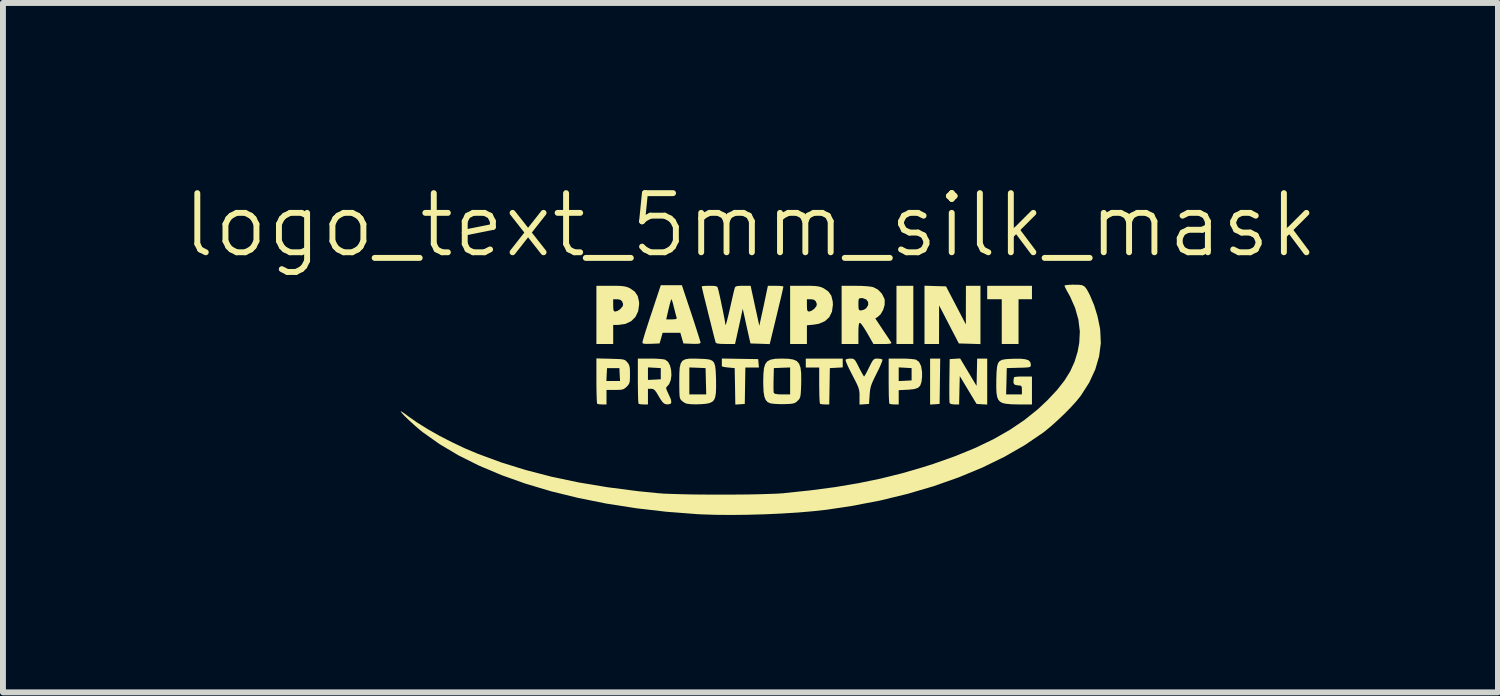
<source format=kicad_pcb>
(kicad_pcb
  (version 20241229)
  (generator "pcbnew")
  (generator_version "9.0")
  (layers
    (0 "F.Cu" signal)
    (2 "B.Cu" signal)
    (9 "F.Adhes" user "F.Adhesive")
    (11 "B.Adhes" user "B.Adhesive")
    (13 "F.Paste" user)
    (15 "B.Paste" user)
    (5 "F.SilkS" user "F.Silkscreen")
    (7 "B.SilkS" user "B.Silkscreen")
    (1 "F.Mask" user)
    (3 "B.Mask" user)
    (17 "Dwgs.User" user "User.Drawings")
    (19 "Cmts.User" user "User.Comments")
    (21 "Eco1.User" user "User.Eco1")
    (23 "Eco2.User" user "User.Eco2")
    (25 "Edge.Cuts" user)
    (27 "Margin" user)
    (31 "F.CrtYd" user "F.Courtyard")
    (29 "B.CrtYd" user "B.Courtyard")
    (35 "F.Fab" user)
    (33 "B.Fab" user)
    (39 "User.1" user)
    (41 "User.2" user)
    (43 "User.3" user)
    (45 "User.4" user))
  (footprint "logo_text_5mm_silk_mask"
    (layer "F.Cu")
    (at 9.645 2.76)
    (property "Reference" "logo_text_5mm_silk_mask" (at 0 -2 0) (unlocked yes) (layer "F.SilkS") (effects (font (size 1 1) (thickness 0.1))))
    (attr smd)
    (fp_poly (pts (xy -5.161 -0.437) (xy -5.139 -0.395) (xy -5.117 -0.339) (xy -5.087 -0.268) (xy -5.055 -0.203) (xy -5.032 -0.168) (xy -4.989 -0.114) (xy -5.052 -0.089) (xy -5.101 -0.064) (xy -5.136 -0.037) (xy -5.138 -0.035) (xy -5.156 -0.019) (xy -5.175 -0.031) (xy -5.192 -0.056) (xy -5.216 -0.11) (xy -5.23 -0.181) (xy -5.234 -0.259) (xy -5.229 -0.334) (xy -5.217 -0.398) (xy -5.195 -0.44) (xy -5.175 -0.452)) (stroke (width 0) (type solid)) (fill yes) (layer "F.Mask"))
    (fp_poly (pts (xy -3.642 -1.056) (xy -3.589 -1.029) (xy -3.563 -1.011) (xy -3.519 -0.969) (xy -3.473 -0.916) (xy -3.433 -0.86) (xy -3.407 -0.814) (xy -3.401 -0.793) (xy -3.416 -0.769) (xy -3.426 -0.767) (xy -3.457 -0.759) (xy -3.505 -0.739) (xy -3.52 -0.731) (xy -3.59 -0.696) (xy -3.602 -0.765) (xy -3.618 -0.819) (xy -3.645 -0.889) (xy -3.67 -0.944) (xy -3.697 -1.002) (xy -3.714 -1.046) (xy -3.716 -1.065) (xy -3.688 -1.069)) (stroke (width 0) (type solid)) (fill yes) (layer "F.Mask"))
    (fp_poly (pts (xy -4.965 -1.376) (xy -4.944 -1.334) (xy -4.937 -1.312) (xy -4.912 -1.244) (xy -4.879 -1.17) (xy -4.867 -1.146) (xy -4.84 -1.096) (xy -4.831 -1.067) (xy -4.839 -1.049) (xy -4.853 -1.038) (xy -4.888 -1.018) (xy -4.905 -1.013) (xy -4.932 -1.002) (xy -4.956 -0.983) (xy -4.983 -0.965) (xy -5 -0.976) (xy -5.012 -0.995) (xy -5.032 -1.052) (xy -5.042 -1.124) (xy -5.045 -1.201) (xy -5.039 -1.276) (xy -5.026 -1.338) (xy -5.006 -1.38) (xy -4.984 -1.392)) (stroke (width 0) (type solid)) (fill yes) (layer "F.Mask"))
    (fp_poly (pts (xy -4.449 -1.572) (xy -4.379 -1.537) (xy -4.324 -1.491) (xy -4.272 -1.425) (xy -4.251 -1.393) (xy -4.215 -1.334) (xy -4.2 -1.299) (xy -4.205 -1.283) (xy -4.23 -1.278) (xy -4.23 -1.278) (xy -4.27 -1.27) (xy -4.317 -1.25) (xy -4.357 -1.229) (xy -4.376 -1.223) (xy -4.387 -1.229) (xy -4.393 -1.234) (xy -4.403 -1.262) (xy -4.405 -1.289) (xy -4.414 -1.328) (xy -4.436 -1.386) (xy -4.462 -1.44) (xy -4.5 -1.515) (xy -4.517 -1.563) (xy -4.514 -1.585) (xy -4.489 -1.586)) (stroke (width 0) (type solid)) (fill yes) (layer "F.Mask"))
    (fp_poly (pts (xy -3.365 -0.677) (xy -3.301 -0.645) (xy -3.237 -0.604) (xy -3.141 -0.523) (xy -3.064 -0.426) (xy -3.006 -0.319) (xy -2.968 -0.208) (xy -2.951 -0.097) (xy -2.956 0.007) (xy -2.984 0.099) (xy -3.037 0.174) (xy -3.096 0.217) (xy -3.162 0.245) (xy -3.217 0.252) (xy -3.281 0.24) (xy -3.294 0.236) (xy -3.377 0.192) (xy -3.442 0.115) (xy -3.453 0.096) (xy -3.478 0.04) (xy -3.508 -0.04) (xy -3.54 -0.131) (xy -3.57 -0.221) (xy -3.592 -0.297) (xy -3.6 -0.333) (xy -3.601 -0.432) (xy -3.571 -0.532) (xy -3.515 -0.618) (xy -3.504 -0.631) (xy -3.458 -0.669) (xy -3.415 -0.684)) (stroke (width 0) (type solid)) (fill yes) (layer "F.Mask"))
    (fp_poly (pts (xy -4.086 -1.147) (xy -3.999 -1.097) (xy -3.912 -1.024) (xy -3.83 -0.932) (xy -3.757 -0.823) (xy -3.696 -0.702) (xy -3.659 -0.598) (xy -3.634 -0.464) (xy -3.639 -0.343) (xy -3.673 -0.239) (xy -3.736 -0.155) (xy -3.825 -0.095) (xy -3.832 -0.092) (xy -3.891 -0.071) (xy -3.935 -0.07) (xy -3.979 -0.088) (xy -3.979 -0.088) (xy -4.059 -0.149) (xy -4.136 -0.236) (xy -4.2 -0.339) (xy -4.2 -0.339) (xy -4.244 -0.439) (xy -4.281 -0.551) (xy -4.311 -0.67) (xy -4.333 -0.788) (xy -4.346 -0.9) (xy -4.35 -0.997) (xy -4.342 -1.074) (xy -4.322 -1.124) (xy -4.315 -1.131) (xy -4.248 -1.167) (xy -4.171 -1.171)) (stroke (width 0) (type solid)) (fill yes) (layer "F.Mask"))
    (fp_poly (pts (xy -4.736 -0.925) (xy -4.672 -0.879) (xy -4.597 -0.802) (xy -4.539 -0.733) (xy -4.483 -0.655) (xy -4.424 -0.561) (xy -4.374 -0.47) (xy -4.368 -0.458) (xy -4.302 -0.303) (xy -4.265 -0.173) (xy -4.256 -0.064) (xy -4.276 0.022) (xy -4.324 0.089) (xy -4.4 0.135) (xy -4.487 0.158) (xy -4.572 0.15) (xy -4.646 0.121) (xy -4.733 0.064) (xy -4.81 -0.018) (xy -4.881 -0.132) (xy -4.913 -0.195) (xy -4.946 -0.268) (xy -4.967 -0.331) (xy -4.979 -0.396) (xy -4.986 -0.48) (xy -4.988 -0.52) (xy -4.99 -0.64) (xy -4.982 -0.731) (xy -4.962 -0.801) (xy -4.928 -0.857) (xy -4.898 -0.889) (xy -4.846 -0.928) (xy -4.793 -0.941)) (stroke (width 0) (type solid)) (fill yes) (layer "F.Mask"))
    (fp_poly (pts (xy -4.931 -0.004) (xy -4.878 0.012) (xy -4.818 0.048) (xy -4.772 0.081) (xy -4.734 0.116) (xy -4.699 0.16) (xy -4.661 0.221) (xy -4.616 0.305) (xy -4.577 0.38) (xy -4.526 0.493) (xy -4.496 0.583) (xy -4.488 0.656) (xy -4.501 0.719) (xy -4.513 0.748) (xy -4.574 0.828) (xy -4.653 0.878) (xy -4.744 0.896) (xy -4.84 0.88) (xy -4.881 0.862) (xy -4.968 0.798) (xy -5.046 0.703) (xy -5.101 0.608) (xy -5.128 0.548) (xy -5.144 0.487) (xy -5.154 0.41) (xy -5.158 0.341) (xy -5.161 0.254) (xy -5.158 0.194) (xy -5.148 0.147) (xy -5.13 0.102) (xy -5.122 0.085) (xy -5.093 0.034) (xy -5.065 0.008) (xy -5.026 -0.003) (xy -4.992 -0.006)) (stroke (width 0) (type solid)) (fill yes) (layer "F.Mask"))
    (fp_poly (pts (xy -3.891 0.135) (xy -3.784 0.178) (xy -3.765 0.187) (xy -3.694 0.219) (xy -3.599 0.253) (xy -3.494 0.287) (xy -3.411 0.311) (xy -3.266 0.353) (xy -3.153 0.397) (xy -3.064 0.447) (xy -2.994 0.505) (xy -2.96 0.544) (xy -2.911 0.632) (xy -2.894 0.726) (xy -2.909 0.819) (xy -2.953 0.903) (xy -3.026 0.968) (xy -3.048 0.981) (xy -3.115 1.005) (xy -3.211 1.025) (xy -3.293 1.035) (xy -3.459 1.057) (xy -3.598 1.093) (xy -3.72 1.147) (xy -3.836 1.224) (xy -3.937 1.31) (xy -4.015 1.374) (xy -4.098 1.425) (xy -4.175 1.458) (xy -4.226 1.468) (xy -4.265 1.459) (xy -4.321 1.438) (xy -4.348 1.425) (xy -4.421 1.381) (xy -4.469 1.332) (xy -4.496 1.269) (xy -4.508 1.183) (xy -4.509 1.12) (xy -4.509 0.964) (xy -4.39 0.757) (xy -4.336 0.658) (xy -4.284 0.552) (xy -4.239 0.453) (xy -4.214 0.388) (xy -4.164 0.269) (xy -4.112 0.186) (xy -4.051 0.137) (xy -3.979 0.12)) (stroke (width 0) (type solid)) (fill yes) (layer "F.Mask"))
    (fp_poly (pts (xy 2.755 -0.483) (xy 2.755 0.009) (xy 2.612 0.009) (xy 2.47 0.009) (xy 2.47 -0.483) (xy 2.47 -0.975) (xy 2.612 -0.975) (xy 2.755 -0.975)) (stroke (width 0) (type solid)) (fill yes) (layer "F.SilkS"))
    (fp_poly (pts (xy 3.205 0.639) (xy 3.2 1.023) (xy 3.119 1.029) (xy 3.039 1.034) (xy 3.039 0.645) (xy 3.039 0.256) (xy 3.124 0.256) (xy 3.21 0.256)) (stroke (width 0) (type solid)) (fill yes) (layer "F.SilkS"))
    (fp_poly (pts (xy 4.762 -0.862) (xy 4.762 -0.748) (xy 4.649 -0.748) (xy 4.535 -0.748) (xy 4.535 -0.369) (xy 4.535 0.009) (xy 4.393 0.009) (xy 4.251 0.009) (xy 4.251 -0.369) (xy 4.251 -0.748) (xy 4.128 -0.748) (xy 4.005 -0.748) (xy 4.005 -0.862) (xy 4.005 -0.975) (xy 4.383 -0.975) (xy 4.762 -0.975)) (stroke (width 0) (type solid)) (fill yes) (layer "F.SilkS"))
    (fp_poly (pts (xy -0.177 0.26) (xy 0.131 0.265) (xy 0.137 0.336) (xy 0.143 0.407) (xy 0.029 0.407) (xy -0.086 0.407) (xy -0.091 0.715) (xy -0.096 1.023) (xy -0.176 1.029) (xy -0.256 1.034) (xy -0.261 0.726) (xy -0.267 0.417) (xy -0.376 0.407) (xy -0.434 0.4) (xy -0.474 0.391) (xy -0.485 0.384) (xy -0.484 0.356) (xy -0.484 0.312) (xy -0.484 0.255)) (stroke (width 0) (type solid)) (fill yes) (layer "F.SilkS"))
    (fp_poly (pts (xy 3.126 -0.971) (xy 3.308 -0.966) (xy 3.476 -0.644) (xy 3.644 -0.322) (xy 3.644 -0.649) (xy 3.645 -0.975) (xy 3.768 -0.975) (xy 3.891 -0.975) (xy 3.891 -0.482) (xy 3.891 0.011) (xy 3.708 0.005) (xy 3.525 0) (xy 3.358 -0.322) (xy 3.191 -0.644) (xy 3.191 -0.317) (xy 3.19 0.009) (xy 3.067 0.009) (xy 2.944 0.009) (xy 2.944 -0.484) (xy 2.944 -0.977)) (stroke (width 0) (type solid)) (fill yes) (layer "F.SilkS"))
    (fp_poly (pts (xy 1.561 0.331) (xy 1.561 0.405) (xy 1.452 0.411) (xy 1.343 0.417) (xy 1.338 0.724) (xy 1.333 1.032) (xy 1.261 1.032) (xy 1.211 1.029) (xy 1.179 1.022) (xy 1.176 1.02) (xy 1.172 0.997) (xy 1.168 0.944) (xy 1.165 0.866) (xy 1.164 0.77) (xy 1.163 0.707) (xy 1.163 0.407) (xy 1.05 0.407) (xy 0.936 0.407) (xy 0.936 0.331) (xy 0.936 0.256) (xy 1.249 0.256) (xy 1.561 0.256)) (stroke (width 0) (type solid)) (fill yes) (layer "F.SilkS"))
    (fp_poly (pts (xy 3.686 0.486) (xy 3.825 0.718) (xy 3.83 0.487) (xy 3.835 0.256) (xy 3.92 0.256) (xy 4.005 0.256) (xy 4.005 0.645) (xy 4.005 1.034) (xy 3.915 1.029) (xy 3.825 1.023) (xy 3.683 0.788) (xy 3.541 0.552) (xy 3.535 0.792) (xy 3.53 1.032) (xy 3.454 1.032) (xy 3.401 1.027) (xy 3.371 1.012) (xy 3.369 1.008) (xy 3.366 0.982) (xy 3.365 0.925) (xy 3.364 0.842) (xy 3.364 0.741) (xy 3.365 0.627) (xy 3.365 0.624) (xy 3.37 0.265) (xy 3.459 0.259) (xy 3.547 0.254)) (stroke (width 0) (type solid)) (fill yes) (layer "F.SilkS"))
    (fp_poly (pts (xy 2.635 0.257) (xy 2.715 0.262) (xy 2.776 0.269) (xy 2.802 0.275) (xy 2.853 0.314) (xy 2.887 0.384) (xy 2.903 0.483) (xy 2.903 0.563) (xy 2.893 0.652) (xy 2.872 0.713) (xy 2.834 0.751) (xy 2.772 0.772) (xy 2.679 0.782) (xy 2.659 0.783) (xy 2.508 0.79) (xy 2.508 0.911) (xy 2.508 1.032) (xy 2.436 1.032) (xy 2.386 1.029) (xy 2.354 1.022) (xy 2.35 1.02) (xy 2.347 0.998) (xy 2.343 0.944) (xy 2.34 0.864) (xy 2.339 0.764) (xy 2.338 0.65) (xy 2.338 0.631) (xy 2.338 0.521) (xy 2.508 0.521) (xy 2.508 0.636) (xy 2.617 0.631) (xy 2.726 0.625) (xy 2.726 0.521) (xy 2.726 0.417) (xy 2.617 0.411) (xy 2.508 0.405) (xy 2.508 0.521) (xy 2.338 0.521) (xy 2.338 0.256) (xy 2.545 0.256)) (stroke (width 0) (type solid)) (fill yes) (layer "F.SilkS"))
    (fp_poly (pts (xy 1.017 -0.975) (xy 1.092 -0.972) (xy 1.147 -0.965) (xy 1.189 -0.955) (xy 1.228 -0.938) (xy 1.24 -0.933) (xy 1.318 -0.879) (xy 1.368 -0.808) (xy 1.391 -0.715) (xy 1.395 -0.654) (xy 1.379 -0.538) (xy 1.334 -0.445) (xy 1.26 -0.377) (xy 1.158 -0.333) (xy 1.068 -0.318) (xy 0.955 -0.307) (xy 0.955 -0.149) (xy 0.955 0.009) (xy 0.813 0.009) (xy 0.671 0.009) (xy 0.671 -0.483) (xy 0.671 -0.644) (xy 0.955 -0.644) (xy 0.957 -0.584) (xy 0.964 -0.553) (xy 0.98 -0.541) (xy 0.994 -0.54) (xy 1.033 -0.553) (xy 1.077 -0.584) (xy 1.079 -0.586) (xy 1.115 -0.63) (xy 1.123 -0.666) (xy 1.106 -0.711) (xy 1.106 -0.712) (xy 1.073 -0.74) (xy 1.021 -0.748) (xy 0.955 -0.748) (xy 0.955 -0.644) (xy 0.671 -0.644) (xy 0.671 -0.975) (xy 0.913 -0.975)) (stroke (width 0) (type solid)) (fill yes) (layer "F.SilkS"))
    (fp_poly (pts (xy -2.259 -0.975) (xy -2.184 -0.972) (xy -2.13 -0.965) (xy -2.088 -0.955) (xy -2.048 -0.938) (xy -2.037 -0.933) (xy -1.957 -0.877) (xy -1.907 -0.803) (xy -1.885 -0.706) (xy -1.883 -0.665) (xy -1.899 -0.546) (xy -1.945 -0.449) (xy -2.019 -0.376) (xy -2.117 -0.33) (xy -2.239 -0.313) (xy -2.249 -0.313) (xy -2.322 -0.313) (xy -2.322 -0.152) (xy -2.322 0.009) (xy -2.464 0.009) (xy -2.606 0.009) (xy -2.606 -0.483) (xy -2.606 -0.644) (xy -2.322 -0.644) (xy -2.32 -0.584) (xy -2.313 -0.553) (xy -2.297 -0.541) (xy -2.283 -0.54) (xy -2.243 -0.553) (xy -2.2 -0.584) (xy -2.198 -0.586) (xy -2.161 -0.63) (xy -2.154 -0.666) (xy -2.171 -0.711) (xy -2.171 -0.712) (xy -2.204 -0.74) (xy -2.256 -0.748) (xy -2.322 -0.748) (xy -2.322 -0.644) (xy -2.606 -0.644) (xy -2.606 -0.975) (xy -2.364 -0.975)) (stroke (width 0) (type solid)) (fill yes) (layer "F.SilkS"))
    (fp_poly (pts (xy -2.367 0.259) (xy -2.268 0.262) (xy -2.2 0.265) (xy -2.155 0.271) (xy -2.125 0.281) (xy -2.104 0.296) (xy -2.084 0.318) (xy -2.083 0.318) (xy -2.06 0.35) (xy -2.046 0.386) (xy -2.039 0.435) (xy -2.038 0.51) (xy -2.038 0.523) (xy -2.039 0.601) (xy -2.043 0.651) (xy -2.055 0.685) (xy -2.076 0.714) (xy -2.093 0.731) (xy -2.124 0.759) (xy -2.155 0.776) (xy -2.197 0.784) (xy -2.262 0.786) (xy -2.292 0.786) (xy -2.435 0.786) (xy -2.435 0.909) (xy -2.435 1.032) (xy -2.508 1.032) (xy -2.558 1.029) (xy -2.59 1.022) (xy -2.593 1.02) (xy -2.597 0.998) (xy -2.6 0.944) (xy -2.603 0.864) (xy -2.605 0.764) (xy -2.606 0.65) (xy -2.606 0.635) (xy -2.437 0.635) (xy -2.322 0.635) (xy -2.206 0.635) (xy -2.212 0.526) (xy -2.217 0.417) (xy -2.322 0.417) (xy -2.426 0.417) (xy -2.432 0.526) (xy -2.437 0.635) (xy -2.606 0.635) (xy -2.606 0.63) (xy -2.606 0.253)) (stroke (width 0) (type solid)) (fill yes) (layer "F.SilkS"))
    (fp_poly (pts (xy -0.855 0.259) (xy -0.762 0.263) (xy -0.693 0.272) (xy -0.646 0.292) (xy -0.615 0.326) (xy -0.597 0.382) (xy -0.588 0.463) (xy -0.583 0.575) (xy -0.582 0.614) (xy -0.581 0.743) (xy -0.585 0.838) (xy -0.596 0.907) (xy -0.615 0.955) (xy -0.645 0.986) (xy -0.687 1.006) (xy -0.707 1.012) (xy -0.765 1.022) (xy -0.847 1.028) (xy -0.936 1.03) (xy -1.018 1.027) (xy -1.078 1.019) (xy -1.081 1.019) (xy -1.123 0.999) (xy -1.162 0.97) (xy -1.178 0.953) (xy -1.189 0.933) (xy -1.197 0.904) (xy -1.201 0.858) (xy -1.203 0.79) (xy -1.204 0.693) (xy -1.204 0.641) (xy -1.204 0.634) (xy -1.034 0.634) (xy -1.034 0.862) (xy -0.891 0.862) (xy -0.748 0.862) (xy -0.754 0.639) (xy -0.759 0.417) (xy -0.896 0.411) (xy -1.034 0.406) (xy -1.034 0.634) (xy -1.204 0.634) (xy -1.203 0.509) (xy -1.197 0.411) (xy -1.181 0.341) (xy -1.153 0.295) (xy -1.106 0.269) (xy -1.037 0.257) (xy -0.943 0.256)) (stroke (width 0) (type solid)) (fill yes) (layer "F.SilkS"))
    (fp_poly (pts (xy -1.002 -0.512) (xy -0.96 -0.384) (xy -0.922 -0.267) (xy -0.89 -0.167) (xy -0.865 -0.088) (xy -0.849 -0.035) (xy -0.844 -0.014) (xy -0.854 -0.001) (xy -0.888 0.006) (xy -0.951 0.007) (xy -0.989 0.006) (xy -1.134 0) (xy -1.16 -0.09) (xy -1.186 -0.18) (xy -1.336 -0.18) (xy -1.486 -0.18) (xy -1.511 -0.09) (xy -1.537 0) (xy -1.683 0.006) (xy -1.757 0.007) (xy -1.801 0.005) (xy -1.822 -0.003) (xy -1.828 -0.017) (xy -1.827 -0.023) (xy -1.821 -0.05) (xy -1.804 -0.107) (xy -1.779 -0.19) (xy -1.746 -0.293) (xy -1.709 -0.407) (xy -1.425 -0.407) (xy -1.332 -0.407) (xy -1.275 -0.41) (xy -1.249 -0.419) (xy -1.248 -0.434) (xy -1.257 -0.464) (xy -1.272 -0.52) (xy -1.289 -0.59) (xy -1.293 -0.604) (xy -1.31 -0.672) (xy -1.325 -0.722) (xy -1.335 -0.747) (xy -1.337 -0.748) (xy -1.345 -0.731) (xy -1.359 -0.685) (xy -1.376 -0.618) (xy -1.386 -0.578) (xy -1.425 -0.407) (xy -1.709 -0.407) (xy -1.708 -0.411) (xy -1.671 -0.521) (xy -1.517 -0.985) (xy -1.338 -0.985) (xy -1.16 -0.985)) (stroke (width 0) (type solid)) (fill yes) (layer "F.SilkS"))
    (fp_poly (pts (xy 0.644 0.259) (xy 0.725 0.272) (xy 0.784 0.298) (xy 0.823 0.343) (xy 0.847 0.41) (xy 0.858 0.504) (xy 0.859 0.629) (xy 0.858 0.695) (xy 0.854 0.791) (xy 0.85 0.856) (xy 0.843 0.9) (xy 0.832 0.93) (xy 0.815 0.954) (xy 0.799 0.969) (xy 0.772 0.994) (xy 0.743 1.01) (xy 0.703 1.019) (xy 0.643 1.024) (xy 0.572 1.026) (xy 0.486 1.026) (xy 0.407 1.022) (xy 0.348 1.015) (xy 0.333 1.012) (xy 0.289 0.991) (xy 0.257 0.955) (xy 0.235 0.899) (xy 0.222 0.818) (xy 0.217 0.707) (xy 0.217 0.699) (xy 0.39 0.699) (xy 0.39 0.771) (xy 0.392 0.82) (xy 0.395 0.837) (xy 0.417 0.852) (xy 0.47 0.86) (xy 0.538 0.862) (xy 0.671 0.862) (xy 0.671 0.634) (xy 0.671 0.406) (xy 0.534 0.411) (xy 0.396 0.417) (xy 0.391 0.614) (xy 0.39 0.699) (xy 0.217 0.699) (xy 0.216 0.647) (xy 0.219 0.516) (xy 0.229 0.417) (xy 0.251 0.347) (xy 0.288 0.3) (xy 0.344 0.273) (xy 0.423 0.259) (xy 0.529 0.256) (xy 0.538 0.256)) (stroke (width 0) (type solid)) (fill yes) (layer "F.SilkS"))
    (fp_poly (pts (xy 2.2 0.26) (xy 2.231 0.271) (xy 2.233 0.274) (xy 2.229 0.297) (xy 2.21 0.346) (xy 2.18 0.415) (xy 2.14 0.496) (xy 2.135 0.506) (xy 2.089 0.599) (xy 2.057 0.669) (xy 2.037 0.726) (xy 2.025 0.781) (xy 2.018 0.842) (xy 2.016 0.871) (xy 2.006 1.023) (xy 1.926 1.029) (xy 1.845 1.034) (xy 1.845 0.9) (xy 1.845 0.845) (xy 1.84 0.799) (xy 1.829 0.755) (xy 1.809 0.704) (xy 1.777 0.638) (xy 1.731 0.549) (xy 1.721 0.53) (xy 1.677 0.444) (xy 1.641 0.369) (xy 1.617 0.312) (xy 1.608 0.279) (xy 1.608 0.275) (xy 1.634 0.262) (xy 1.68 0.256) (xy 1.691 0.256) (xy 1.725 0.257) (xy 1.75 0.266) (xy 1.772 0.288) (xy 1.798 0.332) (xy 1.834 0.402) (xy 1.836 0.407) (xy 1.871 0.474) (xy 1.9 0.526) (xy 1.918 0.555) (xy 1.922 0.558) (xy 1.934 0.543) (xy 1.959 0.5) (xy 1.99 0.439) (xy 2.006 0.407) (xy 2.042 0.335) (xy 2.068 0.29) (xy 2.09 0.267) (xy 2.114 0.257) (xy 2.148 0.256) (xy 2.151 0.256)) (stroke (width 0) (type solid)) (fill yes) (layer "F.SilkS"))
    (fp_poly (pts (xy 4.65 0.267) (xy 4.705 0.285) (xy 4.734 0.316) (xy 4.743 0.359) (xy 4.743 0.36) (xy 4.742 0.38) (xy 4.734 0.394) (xy 4.712 0.402) (xy 4.67 0.407) (xy 4.6 0.41) (xy 4.54 0.411) (xy 4.336 0.417) (xy 4.331 0.639) (xy 4.325 0.862) (xy 4.459 0.862) (xy 4.592 0.862) (xy 4.592 0.786) (xy 4.59 0.738) (xy 4.577 0.716) (xy 4.546 0.71) (xy 4.528 0.71) (xy 4.473 0.7) (xy 4.449 0.668) (xy 4.45 0.622) (xy 4.456 0.585) (xy 4.458 0.573) (xy 4.476 0.566) (xy 4.523 0.561) (xy 4.59 0.559) (xy 4.611 0.559) (xy 4.762 0.559) (xy 4.762 0.796) (xy 4.762 1.032) (xy 4.54 1.032) (xy 4.418 1.029) (xy 4.325 1.021) (xy 4.265 1.008) (xy 4.259 1.005) (xy 4.22 0.983) (xy 4.192 0.951) (xy 4.173 0.903) (xy 4.162 0.835) (xy 4.158 0.74) (xy 4.159 0.613) (xy 4.159 0.609) (xy 4.163 0.487) (xy 4.171 0.399) (xy 4.186 0.338) (xy 4.214 0.299) (xy 4.259 0.276) (xy 4.326 0.265) (xy 4.418 0.26) (xy 4.451 0.259) (xy 4.567 0.258)) (stroke (width 0) (type solid)) (fill yes) (layer "F.SilkS"))
    (fp_poly (pts (xy -1.608 0.257) (xy -1.527 0.262) (xy -1.467 0.269) (xy -1.441 0.275) (xy -1.394 0.311) (xy -1.361 0.373) (xy -1.342 0.452) (xy -1.337 0.537) (xy -1.348 0.618) (xy -1.375 0.687) (xy -1.408 0.725) (xy -1.423 0.74) (xy -1.426 0.761) (xy -1.414 0.796) (xy -1.387 0.854) (xy -1.38 0.87) (xy -1.346 0.946) (xy -1.338 0.996) (xy -1.354 1.023) (xy -1.397 1.031) (xy -1.425 1.029) (xy -1.456 1.019) (xy -1.486 0.994) (xy -1.521 0.945) (xy -1.551 0.895) (xy -1.59 0.829) (xy -1.619 0.791) (xy -1.645 0.772) (xy -1.675 0.767) (xy -1.679 0.767) (xy -1.734 0.767) (xy -1.734 0.9) (xy -1.734 1.032) (xy -1.807 1.032) (xy -1.857 1.029) (xy -1.889 1.022) (xy -1.892 1.02) (xy -1.896 0.998) (xy -1.9 0.944) (xy -1.902 0.864) (xy -1.904 0.764) (xy -1.905 0.65) (xy -1.905 0.631) (xy -1.905 0.511) (xy -1.734 0.511) (xy -1.734 0.617) (xy -1.626 0.612) (xy -1.517 0.606) (xy -1.517 0.511) (xy -1.517 0.417) (xy -1.626 0.411) (xy -1.734 0.405) (xy -1.734 0.511) (xy -1.905 0.511) (xy -1.905 0.256) (xy -1.698 0.256)) (stroke (width 0) (type solid)) (fill yes) (layer "F.SilkS"))
    (fp_poly (pts (xy 1.87 -0.974) (xy 1.96 -0.969) (xy 2.034 -0.961) (xy 2.076 -0.953) (xy 2.158 -0.91) (xy 2.224 -0.841) (xy 2.266 -0.757) (xy 2.271 -0.732) (xy 2.27 -0.652) (xy 2.245 -0.568) (xy 2.203 -0.495) (xy 2.16 -0.454) (xy 2.112 -0.423) (xy 2.24 -0.23) (xy 2.291 -0.154) (xy 2.335 -0.088) (xy 2.367 -0.039) (xy 2.383 -0.014) (xy 2.383 -0.014) (xy 2.381 -0.002) (xy 2.355 0.005) (xy 2.3 0.009) (xy 2.238 0.009) (xy 2.08 0.009) (xy 1.978 -0.17) (xy 1.934 -0.243) (xy 1.895 -0.302) (xy 1.865 -0.34) (xy 1.851 -0.35) (xy 1.839 -0.34) (xy 1.831 -0.306) (xy 1.827 -0.244) (xy 1.826 -0.17) (xy 1.826 0.009) (xy 1.684 0.009) (xy 1.542 0.009) (xy 1.542 -0.483) (xy 1.542 -0.663) (xy 1.826 -0.663) (xy 1.828 -0.603) (xy 1.834 -0.572) (xy 1.85 -0.56) (xy 1.874 -0.559) (xy 1.923 -0.572) (xy 1.959 -0.597) (xy 1.991 -0.649) (xy 1.991 -0.701) (xy 1.961 -0.742) (xy 1.906 -0.765) (xy 1.882 -0.767) (xy 1.85 -0.765) (xy 1.834 -0.753) (xy 1.827 -0.722) (xy 1.826 -0.663) (xy 1.542 -0.663) (xy 1.542 -0.975) (xy 1.772 -0.975)) (stroke (width 0) (type solid)) (fill yes) (layer "F.SilkS"))
    (fp_poly (pts (xy 0.076 -0.637) (xy 0.15 -0.299) (xy 0.2 -0.528) (xy 0.222 -0.629) (xy 0.243 -0.728) (xy 0.261 -0.814) (xy 0.272 -0.867) (xy 0.295 -0.975) (xy 0.426 -0.975) (xy 0.491 -0.974) (xy 0.538 -0.969) (xy 0.558 -0.962) (xy 0.558 -0.961) (xy 0.553 -0.94) (xy 0.541 -0.886) (xy 0.523 -0.806) (xy 0.499 -0.705) (xy 0.47 -0.586) (xy 0.442 -0.468) (xy 0.326 0.011) (xy 0.163 0.005) (xy 0 0) (xy -0.032 -0.142) (xy -0.053 -0.236) (xy -0.077 -0.343) (xy -0.097 -0.436) (xy -0.131 -0.587) (xy -0.165 -0.426) (xy -0.186 -0.329) (xy -0.209 -0.225) (xy -0.229 -0.134) (xy -0.23 -0.128) (xy -0.261 0.009) (xy -0.421 0.009) (xy -0.51 0.007) (xy -0.565 -0.000278) (xy -0.588 -0.013) (xy -0.589 -0.014) (xy -0.595 -0.039) (xy -0.61 -0.094) (xy -0.63 -0.173) (xy -0.654 -0.269) (xy -0.681 -0.378) (xy -0.71 -0.492) (xy -0.738 -0.606) (xy -0.765 -0.714) (xy -0.789 -0.81) (xy -0.807 -0.888) (xy -0.82 -0.942) (xy -0.825 -0.965) (xy -0.825 -0.965) (xy -0.808 -0.97) (xy -0.762 -0.974) (xy -0.698 -0.975) (xy -0.694 -0.975) (xy -0.622 -0.974) (xy -0.58 -0.968) (xy -0.559 -0.955) (xy -0.553 -0.942) (xy -0.542 -0.9) (xy -0.526 -0.833) (xy -0.507 -0.748) (xy -0.488 -0.655) (xy -0.468 -0.561) (xy -0.451 -0.474) (xy -0.437 -0.403) (xy -0.429 -0.356) (xy -0.428 -0.343) (xy -0.425 -0.316) (xy -0.418 -0.318) (xy -0.406 -0.352) (xy -0.388 -0.418) (xy -0.364 -0.518) (xy -0.341 -0.618) (xy -0.318 -0.72) (xy -0.297 -0.811) (xy -0.28 -0.884) (xy -0.268 -0.93) (xy -0.265 -0.942) (xy -0.253 -0.96) (xy -0.225 -0.971) (xy -0.172 -0.975) (xy -0.126 -0.975) (xy 0.003 -0.975)) (stroke (width 0) (type solid)) (fill yes) (layer "F.SilkS"))
    (fp_poly (pts (xy 5.552 -0.993) (xy 5.608 -0.986) (xy 5.649 -0.966) (xy 5.682 -0.927) (xy 5.718 -0.864) (xy 5.743 -0.814) (xy 5.814 -0.647) (xy 5.871 -0.46) (xy 5.911 -0.268) (xy 5.917 -0.225) (xy 5.927 -0.004) (xy 5.898 0.218) (xy 5.833 0.44) (xy 5.731 0.661) (xy 5.591 0.88) (xy 5.576 0.9) (xy 5.509 0.982) (xy 5.42 1.08) (xy 5.316 1.186) (xy 5.205 1.292) (xy 5.094 1.392) (xy 4.992 1.477) (xy 4.952 1.508) (xy 4.642 1.719) (xy 4.299 1.916) (xy 3.926 2.098) (xy 3.526 2.264) (xy 3.101 2.414) (xy 2.655 2.545) (xy 2.19 2.658) (xy 1.708 2.75) (xy 1.287 2.813) (xy 1.059 2.838) (xy 0.803 2.86) (xy 0.527 2.877) (xy 0.241 2.89) (xy -0.048 2.898) (xy -0.328 2.901) (xy -0.592 2.899) (xy -0.831 2.891) (xy -0.892 2.888) (xy -1.423 2.847) (xy -1.939 2.787) (xy -2.437 2.709) (xy -2.915 2.613) (xy -3.372 2.501) (xy -3.805 2.372) (xy -4.212 2.227) (xy -4.591 2.067) (xy -4.941 1.892) (xy -5.259 1.703) (xy -5.544 1.501) (xy -5.551 1.496) (xy -5.614 1.444) (xy -5.682 1.385) (xy -5.75 1.323) (xy -5.813 1.264) (xy -5.865 1.212) (xy -5.901 1.172) (xy -5.917 1.149) (xy -5.915 1.146) (xy -5.895 1.157) (xy -5.853 1.185) (xy -5.797 1.226) (xy -5.784 1.236) (xy -5.635 1.34) (xy -5.458 1.45) (xy -5.261 1.562) (xy -5.05 1.67) (xy -4.836 1.772) (xy -4.625 1.861) (xy -4.621 1.863) (xy -4.22 2.011) (xy -3.802 2.141) (xy -3.366 2.254) (xy -2.906 2.351) (xy -2.419 2.432) (xy -1.903 2.499) (xy -1.573 2.532) (xy -1.473 2.54) (xy -1.341 2.545) (xy -1.182 2.55) (xy -1.003 2.554) (xy -0.81 2.556) (xy -0.607 2.557) (xy -0.402 2.557) (xy -0.2 2.556) (xy -0.006 2.554) (xy 0.173 2.55) (xy 0.332 2.545) (xy 0.465 2.54) (xy 0.566 2.533) (xy 0.567 2.532) (xy 1.015 2.485) (xy 1.432 2.43) (xy 1.824 2.364) (xy 2.199 2.287) (xy 2.562 2.197) (xy 2.919 2.093) (xy 3.095 2.037) (xy 3.467 1.905) (xy 3.804 1.767) (xy 4.11 1.62) (xy 4.386 1.463) (xy 4.636 1.294) (xy 4.863 1.112) (xy 5.027 0.957) (xy 5.185 0.789) (xy 5.311 0.629) (xy 5.409 0.472) (xy 5.482 0.311) (xy 5.534 0.142) (xy 5.562 -0.01) (xy 5.572 -0.202) (xy 5.548 -0.401) (xy 5.492 -0.601) (xy 5.406 -0.796) (xy 5.386 -0.831) (xy 5.351 -0.894) (xy 5.325 -0.945) (xy 5.312 -0.975) (xy 5.312 -0.978) (xy 5.329 -0.985) (xy 5.376 -0.991) (xy 5.443 -0.994) (xy 5.47 -0.994)) (stroke (width 0) (type solid)) (fill yes) (layer "F.SilkS")))
  (gr_rect
    (start -3 -3)
    (end 22.29 8.662)
    (stroke (width 0.1) (type default))
    (fill no)
    (layer "Edge.Cuts")))
</source>
